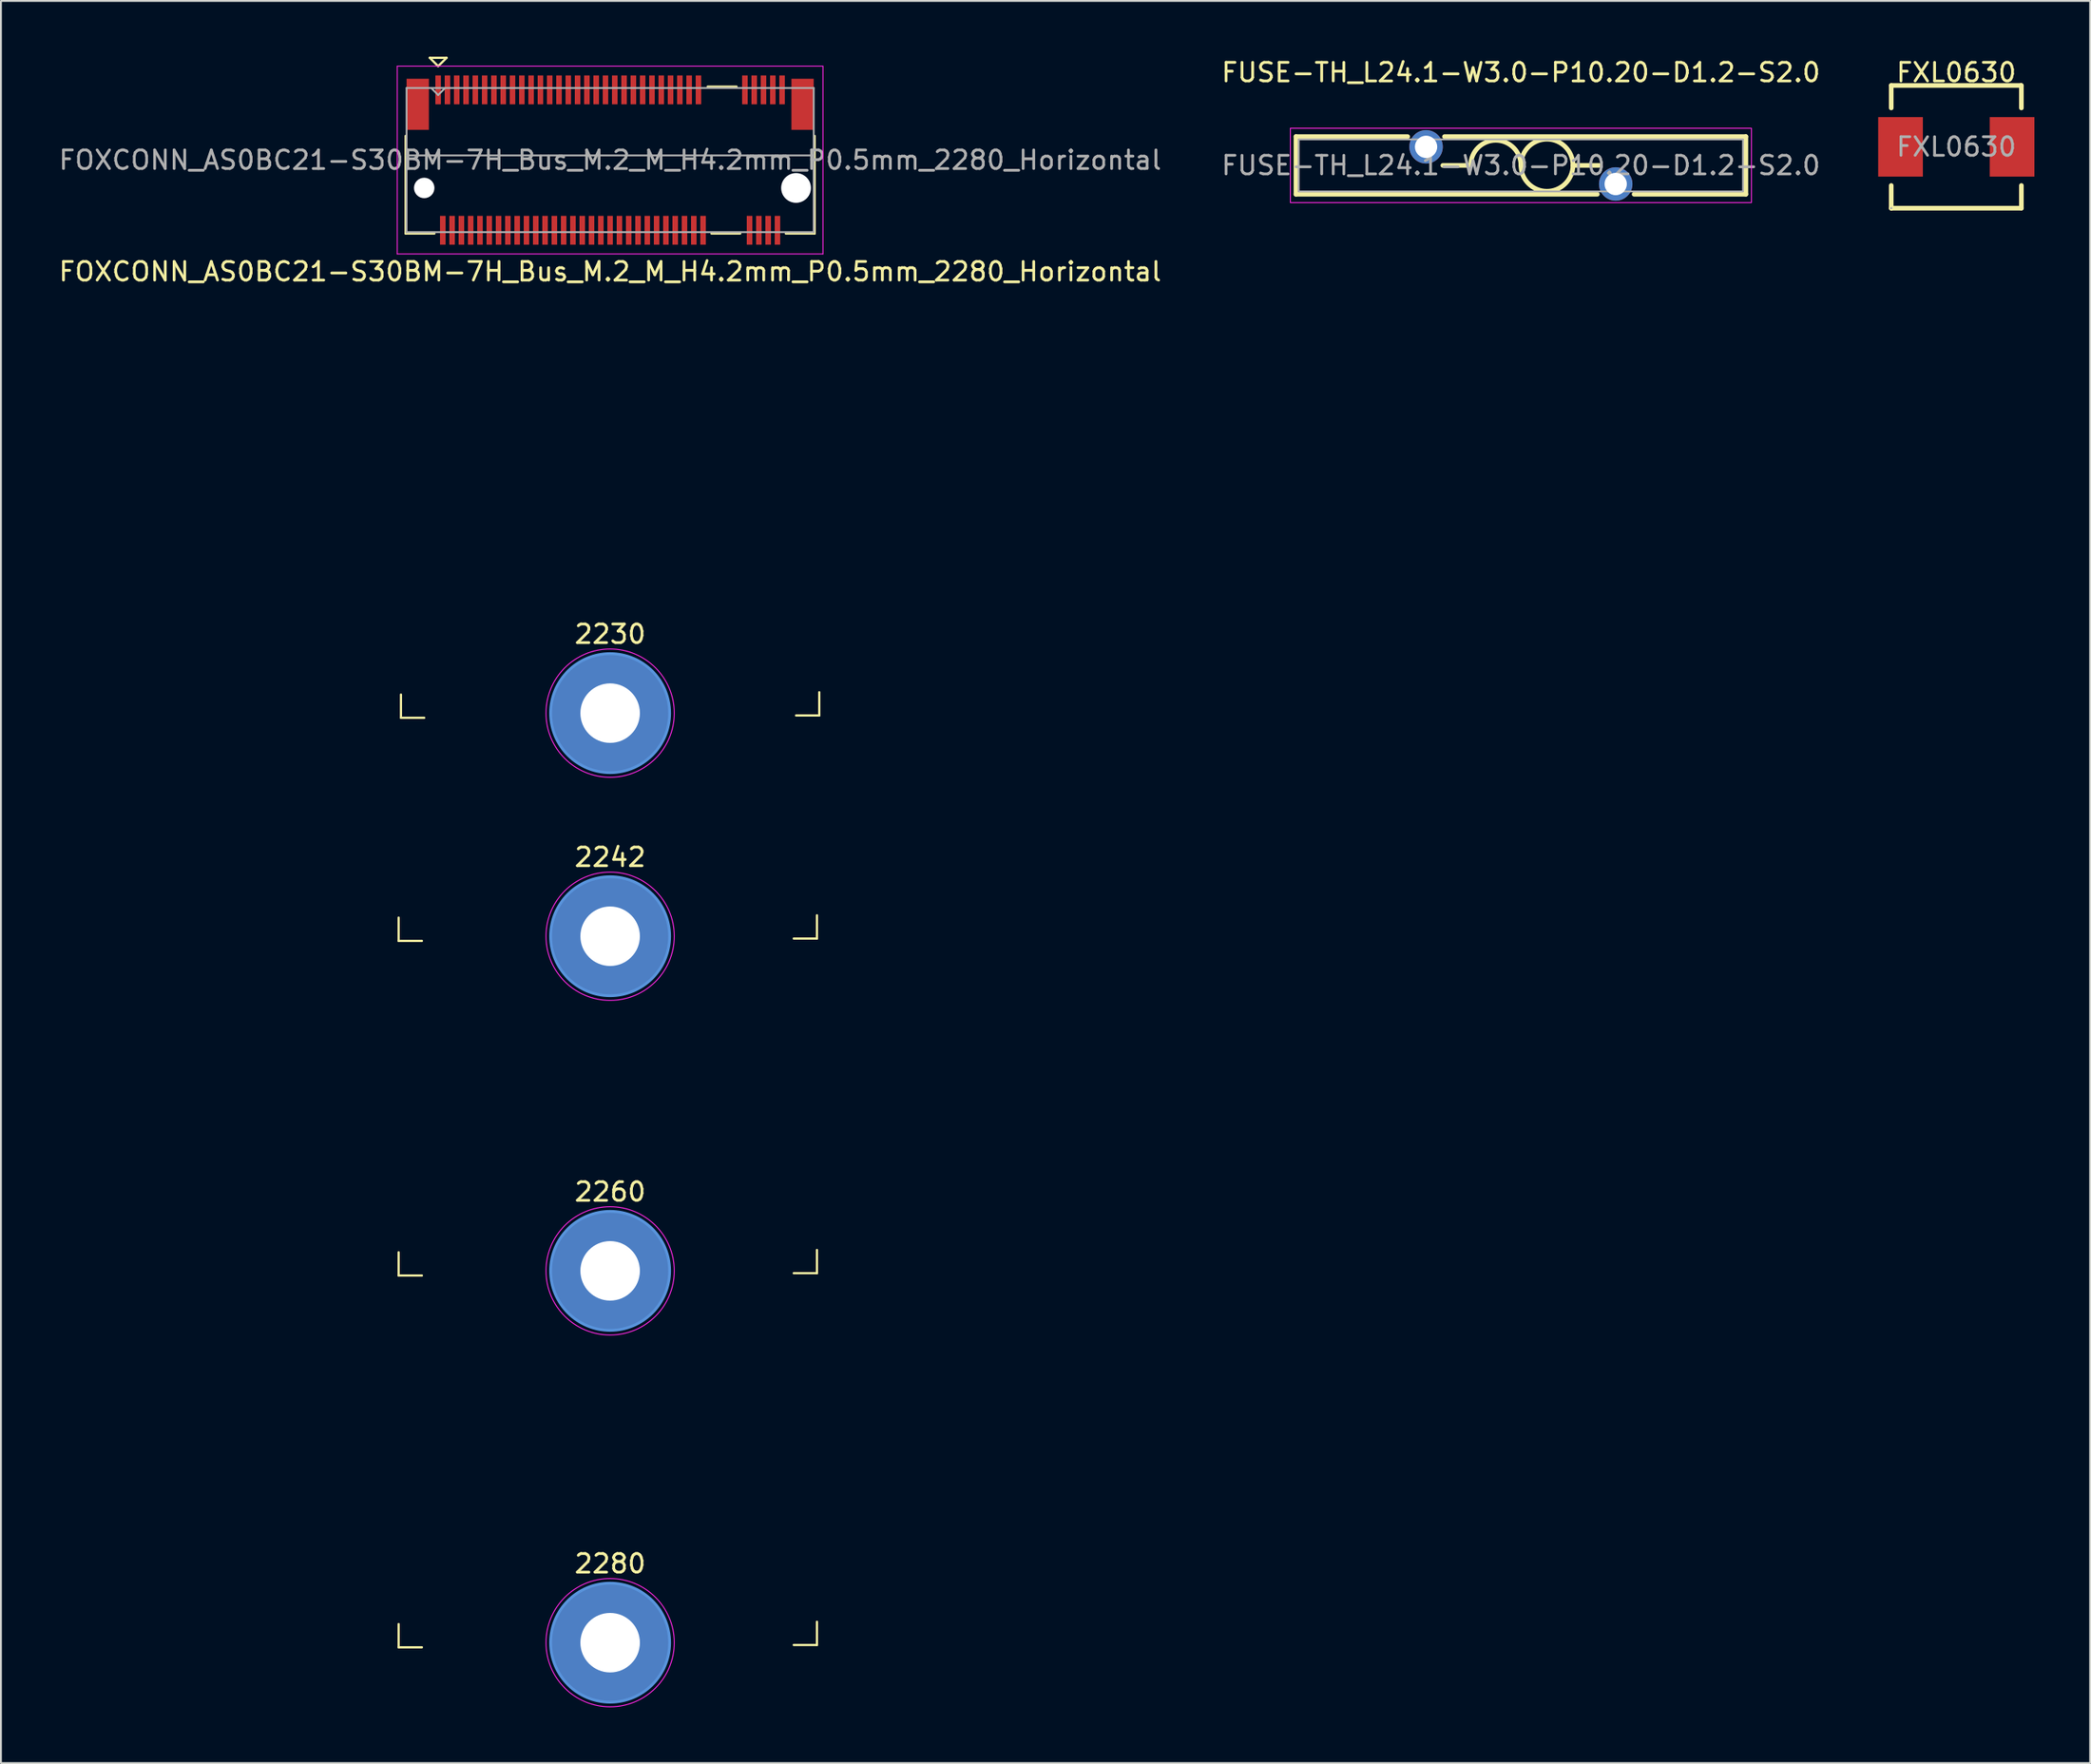
<source format=kicad_pcb>
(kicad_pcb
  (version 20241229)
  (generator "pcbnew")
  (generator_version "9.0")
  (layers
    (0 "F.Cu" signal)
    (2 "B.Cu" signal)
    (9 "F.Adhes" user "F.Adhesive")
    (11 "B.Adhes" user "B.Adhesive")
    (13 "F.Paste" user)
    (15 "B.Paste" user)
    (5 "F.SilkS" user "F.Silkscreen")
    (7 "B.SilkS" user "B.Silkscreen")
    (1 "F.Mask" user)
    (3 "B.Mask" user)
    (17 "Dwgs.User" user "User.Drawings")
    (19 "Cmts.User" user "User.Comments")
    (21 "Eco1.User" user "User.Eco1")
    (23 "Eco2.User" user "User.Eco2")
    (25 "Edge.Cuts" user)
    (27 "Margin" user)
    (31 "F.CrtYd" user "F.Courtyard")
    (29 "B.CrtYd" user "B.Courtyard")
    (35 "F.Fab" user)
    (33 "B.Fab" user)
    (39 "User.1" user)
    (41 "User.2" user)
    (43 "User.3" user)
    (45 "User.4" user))
  (footprint "FXL0630"
    (layer "F.Cu")
    (at 102.176 4.848)
    (property "Reference" "FXL0630" (at 0 -4 0) (layer "F.SilkS") (effects (font (size 1 1) (thickness 0.15))))
    (attr smd)
    (fp_line (start -3.5 -3.3) (end 3.48 -3.3) (stroke (width 0.25) (type solid)) (layer "F.SilkS"))
    (fp_line (start -3.5 -2.09) (end -3.5 -3.3) (stroke (width 0.25) (type solid)) (layer "F.SilkS"))
    (fp_line (start -3.5 3.3) (end -3.5 2.08) (stroke (width 0.25) (type solid)) (layer "F.SilkS"))
    (fp_line (start -3.49 3.3) (end -3.5 3.3) (stroke (width 0.25) (type solid)) (layer "F.SilkS"))
    (fp_line (start 3.48 -3.3) (end 3.5 -3.28) (stroke (width 0.25) (type solid)) (layer "F.SilkS"))
    (fp_line (start 3.5 -3.3) (end 3.5 -2.09) (stroke (width 0.25) (type solid)) (layer "F.SilkS"))
    (fp_line (start 3.5 2.08) (end 3.5 3.3) (stroke (width 0.25) (type solid)) (layer "F.SilkS"))
    (fp_line (start 3.5 3.3) (end -3.49 3.3) (stroke (width 0.25) (type solid)) (layer "F.SilkS"))
    (fp_circle (center -3.5 3.3) (end -3.47 3.3) (stroke (width 0.06) (type solid)) (fill no) (layer "F.Fab"))
    (fp_text user "${REFERENCE}" (at 0 0 0) (layer "F.Fab") (effects (font (size 1 1) (thickness 0.15))))
    (pad "1" smd rect (at -3 0) (size 2.4 3.2) (layers "F.Cu" "F.Mask" "F.Paste"))
    (pad "2" smd rect (at 3 0) (size 2.4 3.2) (layers "F.Cu" "F.Mask" "F.Paste")))
  (footprint "FUSE-TH_L24.1-W3.0-P10.20-D1.2-S2.0"
    (layer "F.Cu")
    (at 78.756 5.848)
    (property "Reference" "FUSE-TH_L24.1-W3.0-P10.20-D1.2-S2.0" (at 0 -5 0) (layer "F.SilkS") (effects (font (size 1 1) (thickness 0.15))))
    (attr through_hole)
    (fp_line (start -12.1 -1.55) (end -6.09 -1.55) (stroke (width 0.25) (type solid)) (layer "F.SilkS"))
    (fp_line (start -12.1 1.55) (end -12.1 -1.55) (stroke (width 0.25) (type solid)) (layer "F.SilkS"))
    (fp_line (start -4.11 -1.55) (end 12.1 -1.55) (stroke (width 0.25) (type solid)) (layer "F.SilkS"))
    (fp_line (start -2.7 0) (end -4.2 0) (stroke (width 0.25) (type solid)) (layer "F.SilkS"))
    (fp_line (start 2.8 0) (end 4.2 0) (stroke (width 0.25) (type solid)) (layer "F.SilkS"))
    (fp_line (start 4.11 1.55) (end -12.1 1.55) (stroke (width 0.25) (type solid)) (layer "F.SilkS"))
    (fp_line (start 12.1 -1.55) (end 12.1 1.55) (stroke (width 0.25) (type solid)) (layer "F.SilkS"))
    (fp_line (start 12.1 1.55) (end 6.09 1.55) (stroke (width 0.25) (type solid)) (layer "F.SilkS"))
    (fp_arc (start -2.7 0) (mid -1.35 -1.35) (end 0 0) (stroke (width 0.25) (type solid)) (layer "F.SilkS"))
    (fp_arc (start 0.000213 -0.034433) (mid 2.799947 0.002217) (end 0 -0.01) (stroke (width 0.25) (type solid)) (layer "F.SilkS"))
    (fp_rect (start -12.4 -2) (end 12.4 2) (stroke (width 0.05) (type default)) (fill no) (layer "F.CrtYd"))
    (fp_rect (start -11.95 -1.4) (end 11.95 1.4) (stroke (width 0.1) (type default)) (fill no) (layer "F.Fab"))
    (fp_text user "${REFERENCE}" (at 0 0 0) (layer "F.Fab") (effects (font (size 1 1) (thickness 0.15))))
    (pad "1" thru_hole circle (at -5.1 -1) (size 1.8 1.8) (drill 1.2) (layers "*.Cu" "*.Mask"))
    (pad "2" thru_hole circle (at 5.1 1) (size 1.8 1.8) (drill 1.2) (layers "*.Cu" "*.Mask")))
  (footprint "FOXCONN_AS0BC21-S30BM-7H_Bus_M.2_M_H4.2mm_P0.5mm_2280_Horizontal"
    (layer "F.Cu")
    (at 29.768 7.06)
    (property "Reference" "FOXCONN_AS0BC21-S30BM-7H_Bus_M.2_M_H4.2mm_P0.5mm_2280_Horizontal" (at 0 4.5 0) (layer "F.SilkS") (effects (font (size 1 1) (thickness 0.15))))
    (attr smd)
    (fp_line (start -11.375 40.5) (end -11.375 39.25) (stroke (width 0.12) (type solid)) (layer "F.SilkS"))
    (fp_line (start -11.375 58.5) (end -11.375 57.25) (stroke (width 0.12) (type solid)) (layer "F.SilkS"))
    (fp_line (start -11.375 78.5) (end -11.375 77.25) (stroke (width 0.12) (type solid)) (layer "F.SilkS"))
    (fp_line (start -11.25 28.5) (end -11.25 27.25) (stroke (width 0.12) (type solid)) (layer "F.SilkS"))
    (fp_line (start -11 2.45) (end -11 -2.8) (stroke (width 0.12) (type solid)) (layer "F.SilkS"))
    (fp_line (start -10.125 40.5) (end -11.375 40.5) (stroke (width 0.12) (type solid)) (layer "F.SilkS"))
    (fp_line (start -10.125 58.5) (end -11.375 58.5) (stroke (width 0.12) (type solid)) (layer "F.SilkS"))
    (fp_line (start -10.125 78.5) (end -11.375 78.5) (stroke (width 0.12) (type solid)) (layer "F.SilkS"))
    (fp_line (start -10 28.5) (end -11.25 28.5) (stroke (width 0.12) (type solid)) (layer "F.SilkS"))
    (fp_line (start -9.7 -7) (end -8.8 -7) (stroke (width 0.12) (type solid)) (layer "F.SilkS"))
    (fp_line (start -9.45 2.45) (end -11 2.45) (stroke (width 0.12) (type solid)) (layer "F.SilkS"))
    (fp_line (start -9.25 -6.55) (end -9.7 -7) (stroke (width 0.12) (type solid)) (layer "F.SilkS"))
    (fp_line (start -8.8 -7) (end -9.25 -6.55) (stroke (width 0.12) (type solid)) (layer "F.SilkS"))
    (fp_line (start 6.8 -5.45) (end 5.25 -5.45) (stroke (width 0.12) (type solid)) (layer "F.SilkS"))
    (fp_line (start 7 2.45) (end 5.45 2.45) (stroke (width 0.12) (type solid)) (layer "F.SilkS"))
    (fp_line (start 11 -2.8) (end 11 2.45) (stroke (width 0.12) (type solid)) (layer "F.SilkS"))
    (fp_line (start 11 2.45) (end 9.45 2.45) (stroke (width 0.12) (type solid)) (layer "F.SilkS"))
    (fp_line (start 11.125 39.125) (end 11.125 40.375) (stroke (width 0.12) (type solid)) (layer "F.SilkS"))
    (fp_line (start 11.125 40.375) (end 9.875 40.375) (stroke (width 0.12) (type solid)) (layer "F.SilkS"))
    (fp_line (start 11.125 57.125) (end 11.125 58.375) (stroke (width 0.12) (type solid)) (layer "F.SilkS"))
    (fp_line (start 11.125 58.375) (end 9.875 58.375) (stroke (width 0.12) (type solid)) (layer "F.SilkS"))
    (fp_line (start 11.125 77.125) (end 11.125 78.375) (stroke (width 0.12) (type solid)) (layer "F.SilkS"))
    (fp_line (start 11.125 78.375) (end 9.875 78.375) (stroke (width 0.12) (type solid)) (layer "F.SilkS"))
    (fp_line (start 11.25 27.125) (end 11.25 28.375) (stroke (width 0.12) (type solid)) (layer "F.SilkS"))
    (fp_line (start 11.25 28.375) (end 10 28.375) (stroke (width 0.12) (type solid)) (layer "F.SilkS"))
    (fp_circle (center 0 28.25) (end 3.2 28.25) (stroke (width 0.15) (type solid)) (fill no) (layer "Cmts.User"))
    (fp_circle (center 0 40.25) (end 3.2 40.25) (stroke (width 0.15) (type solid)) (fill no) (layer "Cmts.User"))
    (fp_circle (center 0 58.25) (end 3.2 58.25) (stroke (width 0.15) (type solid)) (fill no) (layer "Cmts.User"))
    (fp_circle (center 0 78.25) (end 3.2 78.25) (stroke (width 0.15) (type solid)) (fill no) (layer "Cmts.User"))
    (fp_line (start -11.45 -6.55) (end 11.45 -6.55) (stroke (width 0.05) (type solid)) (layer "F.CrtYd"))
    (fp_line (start -11.45 3.55) (end -11.45 -6.55) (stroke (width 0.05) (type solid)) (layer "F.CrtYd"))
    (fp_line (start -11.45 3.55) (end 11.45 3.55) (stroke (width 0.05) (type solid)) (layer "F.CrtYd"))
    (fp_line (start 11.45 -6.55) (end 11.45 3.55) (stroke (width 0.05) (type solid)) (layer "F.CrtYd"))
    (fp_circle (center 0 28.25) (end 3.45 28.25) (stroke (width 0.05) (type solid)) (fill no) (layer "F.CrtYd"))
    (fp_circle (center 0 40.25) (end 3.45 40.25) (stroke (width 0.05) (type solid)) (fill no) (layer "F.CrtYd"))
    (fp_circle (center 0 58.25) (end 3.45 58.25) (stroke (width 0.05) (type solid)) (fill no) (layer "F.CrtYd"))
    (fp_circle (center 0 78.25) (end 3.45 78.25) (stroke (width 0.05) (type solid)) (fill no) (layer "F.CrtYd"))
    (fp_line (start -10.95 -5.375) (end -10.95 2.375) (stroke (width 0.1) (type solid)) (layer "F.Fab"))
    (fp_line (start -10.95 -1.75) (end 10.95 -1.75) (stroke (width 0.1) (type solid)) (layer "F.Fab"))
    (fp_line (start -10.95 2.375) (end 10.95 2.375) (stroke (width 0.1) (type solid)) (layer "F.Fab"))
    (fp_line (start -9.25 -5) (end -9.61 -5.36) (stroke (width 0.1) (type solid)) (layer "F.Fab"))
    (fp_line (start -9.25 -5) (end -8.89 -5.36) (stroke (width 0.1) (type solid)) (layer "F.Fab"))
    (fp_line (start 10.95 -5.375) (end -10.95 -5.375) (stroke (width 0.1) (type solid)) (layer "F.Fab"))
    (fp_line (start 10.95 -5.375) (end 10.95 2.375) (stroke (width 0.1) (type solid)) (layer "F.Fab"))
    (fp_text user "2260" (at 0 54 0) (unlocked yes) (layer "F.SilkS") (effects (font (size 1 1) (thickness 0.15))))
    (fp_text user "2230" (at 0 24 0) (unlocked yes) (layer "F.SilkS") (effects (font (size 1 1) (thickness 0.15))))
    (fp_text user "2280" (at 0 74 0) (unlocked yes) (layer "F.SilkS") (effects (font (size 1 1) (thickness 0.15))))
    (fp_text user "2242" (at 0 36 0) (unlocked yes) (layer "F.SilkS") (effects (font (size 1 1) (thickness 0.15))))
    (fp_text user "${REFERENCE}" (at 0 -1.5 0) (layer "F.Fab") (effects (font (size 1 1) (thickness 0.15))))
    (pad "" np_thru_hole circle (at -10 0) (size 1.1 1.1) (drill 1.1) (layers "*.Cu" "*.Mask"))
    (pad "" np_thru_hole circle (at 10 0) (size 1.6 1.6) (drill 1.6) (layers "*.Cu" "*.Mask"))
    (pad "1" smd rect (at -9.25 -5.275) (size 0.3 1.55) (layers "F.Cu" "F.Mask" "F.Paste"))
    (pad "2" smd rect (at -9 2.275) (size 0.3 1.55) (layers "F.Cu" "F.Mask" "F.Paste"))
    (pad "3" smd rect (at -8.75 -5.275) (size 0.3 1.55) (layers "F.Cu" "F.Mask" "F.Paste"))
    (pad "4" smd rect (at -8.5 2.275) (size 0.3 1.55) (layers "F.Cu" "F.Mask" "F.Paste"))
    (pad "5" smd rect (at -8.25 -5.275) (size 0.3 1.55) (layers "F.Cu" "F.Mask" "F.Paste"))
    (pad "6" smd rect (at -8 2.275) (size 0.3 1.55) (layers "F.Cu" "F.Mask" "F.Paste"))
    (pad "7" smd rect (at -7.75 -5.275) (size 0.3 1.55) (layers "F.Cu" "F.Mask" "F.Paste"))
    (pad "8" smd rect (at -7.5 2.275) (size 0.3 1.55) (layers "F.Cu" "F.Mask" "F.Paste"))
    (pad "9" smd rect (at -7.25 -5.275) (size 0.3 1.55) (layers "F.Cu" "F.Mask" "F.Paste"))
    (pad "10" smd rect (at -7 2.275) (size 0.3 1.55) (layers "F.Cu" "F.Mask" "F.Paste"))
    (pad "11" smd rect (at -6.75 -5.275) (size 0.3 1.55) (layers "F.Cu" "F.Mask" "F.Paste"))
    (pad "12" smd rect (at -6.5 2.275) (size 0.3 1.55) (layers "F.Cu" "F.Mask" "F.Paste"))
    (pad "13" smd rect (at -6.25 -5.275) (size 0.3 1.55) (layers "F.Cu" "F.Mask" "F.Paste"))
    (pad "14" smd rect (at -6 2.275) (size 0.3 1.55) (layers "F.Cu" "F.Mask" "F.Paste"))
    (pad "15" smd rect (at -5.75 -5.275) (size 0.3 1.55) (layers "F.Cu" "F.Mask" "F.Paste"))
    (pad "16" smd rect (at -5.5 2.275) (size 0.3 1.55) (layers "F.Cu" "F.Mask" "F.Paste"))
    (pad "17" smd rect (at -5.25 -5.275) (size 0.3 1.55) (layers "F.Cu" "F.Mask" "F.Paste"))
    (pad "18" smd rect (at -5 2.275) (size 0.3 1.55) (layers "F.Cu" "F.Mask" "F.Paste"))
    (pad "19" smd rect (at -4.75 -5.275) (size 0.3 1.55) (layers "F.Cu" "F.Mask" "F.Paste"))
    (pad "20" smd rect (at -4.5 2.275) (size 0.3 1.55) (layers "F.Cu" "F.Mask" "F.Paste"))
    (pad "21" smd rect (at -4.25 -5.275) (size 0.3 1.55) (layers "F.Cu" "F.Mask" "F.Paste"))
    (pad "22" smd rect (at -4 2.275) (size 0.3 1.55) (layers "F.Cu" "F.Mask" "F.Paste"))
    (pad "23" smd rect (at -3.75 -5.275) (size 0.3 1.55) (layers "F.Cu" "F.Mask" "F.Paste"))
    (pad "24" smd rect (at -3.5 2.275) (size 0.3 1.55) (layers "F.Cu" "F.Mask" "F.Paste"))
    (pad "25" smd rect (at -3.25 -5.275) (size 0.3 1.55) (layers "F.Cu" "F.Mask" "F.Paste"))
    (pad "26" smd rect (at -3 2.275) (size 0.3 1.55) (layers "F.Cu" "F.Mask" "F.Paste"))
    (pad "27" smd rect (at -2.75 -5.275) (size 0.3 1.55) (layers "F.Cu" "F.Mask" "F.Paste"))
    (pad "28" smd rect (at -2.5 2.275) (size 0.3 1.55) (layers "F.Cu" "F.Mask" "F.Paste"))
    (pad "29" smd rect (at -2.25 -5.275) (size 0.3 1.55) (layers "F.Cu" "F.Mask" "F.Paste"))
    (pad "30" smd rect (at -2 2.275) (size 0.3 1.55) (layers "F.Cu" "F.Mask" "F.Paste"))
    (pad "31" smd rect (at -1.75 -5.275) (size 0.3 1.55) (layers "F.Cu" "F.Mask" "F.Paste"))
    (pad "32" smd rect (at -1.5 2.275) (size 0.3 1.55) (layers "F.Cu" "F.Mask" "F.Paste"))
    (pad "33" smd rect (at -1.25 -5.275) (size 0.3 1.55) (layers "F.Cu" "F.Mask" "F.Paste"))
    (pad "34" smd rect (at -1 2.275) (size 0.3 1.55) (layers "F.Cu" "F.Mask" "F.Paste"))
    (pad "35" smd rect (at -0.75 -5.275) (size 0.3 1.55) (layers "F.Cu" "F.Mask" "F.Paste"))
    (pad "36" smd rect (at -0.5 2.275) (size 0.3 1.55) (layers "F.Cu" "F.Mask" "F.Paste"))
    (pad "37" smd rect (at -0.25 -5.275) (size 0.3 1.55) (layers "F.Cu" "F.Mask" "F.Paste"))
    (pad "38" smd rect (at 0 2.275) (size 0.3 1.55) (layers "F.Cu" "F.Mask" "F.Paste"))
    (pad "39" smd rect (at 0.25 -5.275) (size 0.3 1.55) (layers "F.Cu" "F.Mask" "F.Paste"))
    (pad "40" smd rect (at 0.5 2.275) (size 0.3 1.55) (layers "F.Cu" "F.Mask" "F.Paste"))
    (pad "41" smd rect (at 0.75 -5.275) (size 0.3 1.55) (layers "F.Cu" "F.Mask" "F.Paste"))
    (pad "42" smd rect (at 1 2.275) (size 0.3 1.55) (layers "F.Cu" "F.Mask" "F.Paste"))
    (pad "43" smd rect (at 1.25 -5.275) (size 0.3 1.55) (layers "F.Cu" "F.Mask" "F.Paste"))
    (pad "44" smd rect (at 1.5 2.275) (size 0.3 1.55) (layers "F.Cu" "F.Mask" "F.Paste"))
    (pad "45" smd rect (at 1.75 -5.275) (size 0.3 1.55) (layers "F.Cu" "F.Mask" "F.Paste"))
    (pad "46" smd rect (at 2 2.275) (size 0.3 1.55) (layers "F.Cu" "F.Mask" "F.Paste"))
    (pad "47" smd rect (at 2.25 -5.275) (size 0.3 1.55) (layers "F.Cu" "F.Mask" "F.Paste"))
    (pad "48" smd rect (at 2.5 2.275) (size 0.3 1.55) (layers "F.Cu" "F.Mask" "F.Paste"))
    (pad "49" smd rect (at 2.75 -5.275) (size 0.3 1.55) (layers "F.Cu" "F.Mask" "F.Paste"))
    (pad "50" smd rect (at 3 2.275) (size 0.3 1.55) (layers "F.Cu" "F.Mask" "F.Paste"))
    (pad "51" smd rect (at 3.25 -5.275) (size 0.3 1.55) (layers "F.Cu" "F.Mask" "F.Paste"))
    (pad "52" smd rect (at 3.5 2.275) (size 0.3 1.55) (layers "F.Cu" "F.Mask" "F.Paste"))
    (pad "53" smd rect (at 3.75 -5.275) (size 0.3 1.55) (layers "F.Cu" "F.Mask" "F.Paste"))
    (pad "54" smd rect (at 4 2.275) (size 0.3 1.55) (layers "F.Cu" "F.Mask" "F.Paste"))
    (pad "55" smd rect (at 4.25 -5.275) (size 0.3 1.55) (layers "F.Cu" "F.Mask" "F.Paste"))
    (pad "56" smd rect (at 4.5 2.275) (size 0.3 1.55) (layers "F.Cu" "F.Mask" "F.Paste"))
    (pad "57" smd rect (at 4.75 -5.275) (size 0.3 1.55) (layers "F.Cu" "F.Mask" "F.Paste"))
    (pad "58" smd rect (at 5 2.275) (size 0.3 1.55) (layers "F.Cu" "F.Mask" "F.Paste"))
    (pad "67" smd rect (at 7.25 -5.275) (size 0.3 1.55) (layers "F.Cu" "F.Mask" "F.Paste"))
    (pad "68" smd rect (at 7.5 2.275) (size 0.3 1.55) (layers "F.Cu" "F.Mask" "F.Paste"))
    (pad "69" smd rect (at 7.75 -5.275) (size 0.3 1.55) (layers "F.Cu" "F.Mask" "F.Paste"))
    (pad "70" smd rect (at 8 2.275) (size 0.3 1.55) (layers "F.Cu" "F.Mask" "F.Paste"))
    (pad "71" smd rect (at 8.25 -5.275) (size 0.3 1.55) (layers "F.Cu" "F.Mask" "F.Paste"))
    (pad "72" smd rect (at 8.5 2.275) (size 0.3 1.55) (layers "F.Cu" "F.Mask" "F.Paste"))
    (pad "73" smd rect (at 8.75 -5.275) (size 0.3 1.55) (layers "F.Cu" "F.Mask" "F.Paste"))
    (pad "74" smd rect (at 9 2.275) (size 0.3 1.55) (layers "F.Cu" "F.Mask" "F.Paste"))
    (pad "75" smd rect (at 9.25 -5.275) (size 0.3 1.55) (layers "F.Cu" "F.Mask" "F.Paste"))
    (pad "MP" smd rect (at -10.35 -4.5) (size 1.2 2.75) (layers "F.Cu" "F.Mask" "F.Paste"))
    (pad "MP" thru_hole circle (at 0 28.25) (size 6.4 6.4) (drill 3.2) (layers "*.Cu" "*.Mask"))
    (pad "MP" thru_hole circle (at 0 40.25) (size 6.4 6.4) (drill 3.2) (layers "*.Cu" "*.Mask"))
    (pad "MP" thru_hole circle (at 0 58.25) (size 6.4 6.4) (drill 3.2) (layers "*.Cu" "*.Mask"))
    (pad "MP" thru_hole circle (at 0 78.25) (size 6.4 6.4) (drill 3.2) (layers "*.Cu" "*.Mask"))
    (pad "MP" smd rect (at 10.35 -4.5) (size 1.2 2.75) (layers "F.Cu" "F.Mask" "F.Paste")))
  (gr_rect
    (start -3 -3)
    (end 109.376 91.785)
    (stroke (width 0.1) (type default))
    (fill no)
    (layer "Edge.Cuts")))
</source>
